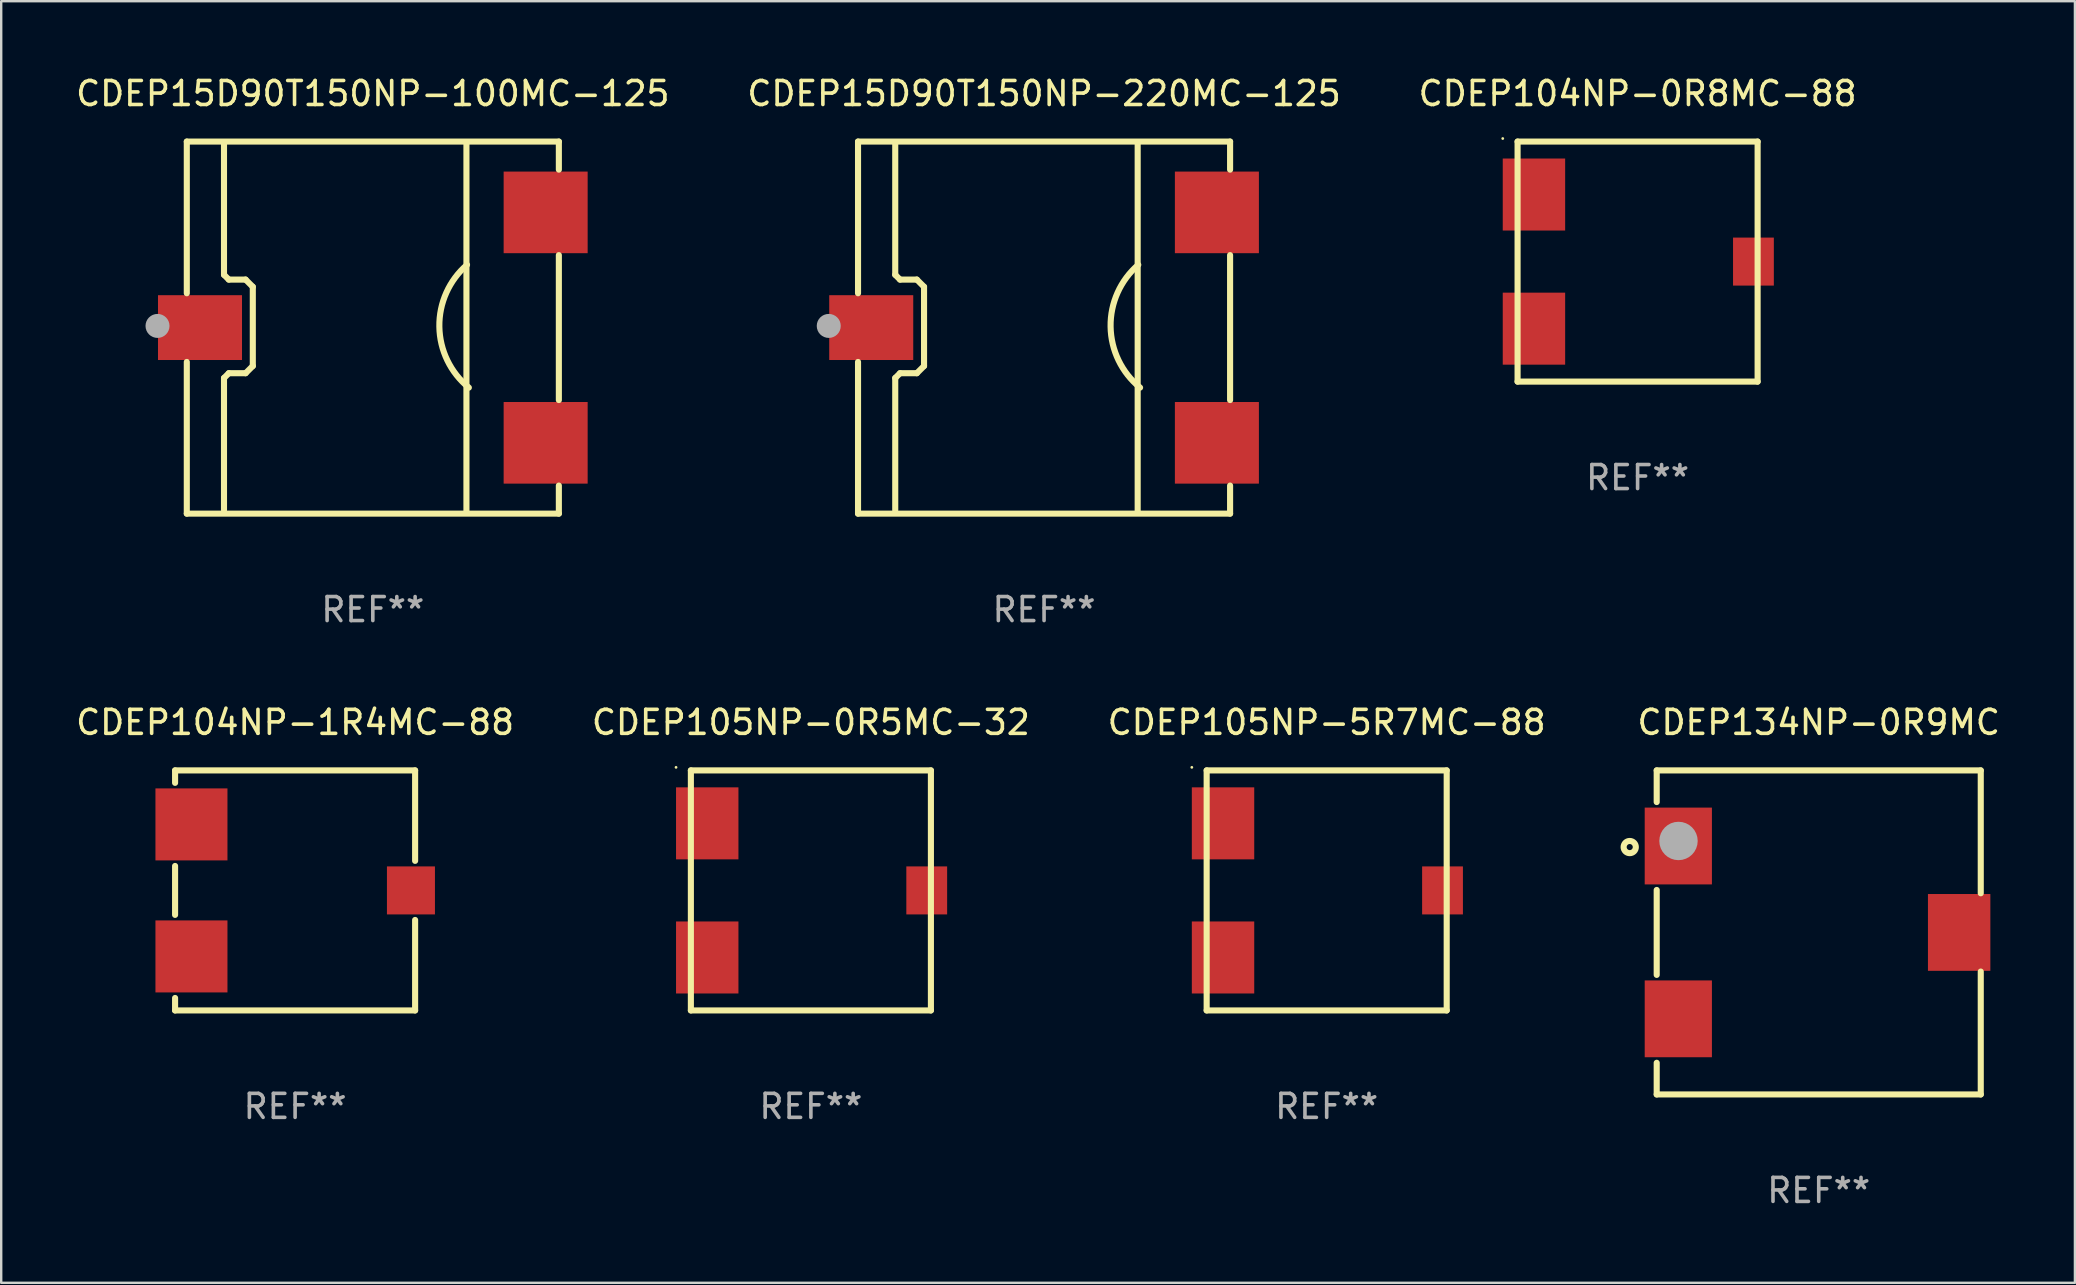
<source format=kicad_pcb>
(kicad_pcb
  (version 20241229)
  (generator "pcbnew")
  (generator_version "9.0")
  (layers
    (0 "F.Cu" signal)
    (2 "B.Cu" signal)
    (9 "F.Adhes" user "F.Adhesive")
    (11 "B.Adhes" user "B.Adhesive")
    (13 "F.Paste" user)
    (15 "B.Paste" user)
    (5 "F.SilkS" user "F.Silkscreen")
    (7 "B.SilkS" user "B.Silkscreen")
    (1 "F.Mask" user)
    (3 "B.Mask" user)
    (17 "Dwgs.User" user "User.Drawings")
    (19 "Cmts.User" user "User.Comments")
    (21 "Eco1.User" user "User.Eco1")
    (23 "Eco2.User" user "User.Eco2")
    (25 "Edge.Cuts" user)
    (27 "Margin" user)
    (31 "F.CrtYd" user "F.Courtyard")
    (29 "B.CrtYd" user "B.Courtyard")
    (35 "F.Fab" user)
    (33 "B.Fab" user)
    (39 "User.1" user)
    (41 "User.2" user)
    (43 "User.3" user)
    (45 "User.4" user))
  (footprint "CDEP105NP-5R7MC-88"
    (layer "F.Cu")
    (at 52.22 34.045)
    (property "Reference" "CDEP105NP-5R7MC-88" (at 0 -7 0) (layer "F.SilkS") (effects (font (size 1 1) (thickness 0.15))))
    (attr through_hole)
    (fp_line (start -5 -5) (end 5 -5) (stroke (width 0.254) (type solid)) (layer "F.SilkS"))
    (fp_line (start -5 5) (end -5 -5) (stroke (width 0.254) (type solid)) (layer "F.SilkS"))
    (fp_line (start -5 5) (end 5 5) (stroke (width 0.254) (type solid)) (layer "F.SilkS"))
    (fp_line (start 5 5) (end 5 -5) (stroke (width 0.254) (type solid)) (layer "F.SilkS"))
    (fp_circle (center -5.618 -5.127) (end -5.588 -5.127) (stroke (width 0.06) (type solid)) (fill no) (layer "F.SilkS"))
    (fp_text user "REF**" (at 0 9 0) (layer "F.Fab") (effects (font (size 1 1) (thickness 0.15))))
    (pad "1" smd rect (at -4.318 -2.794) (size 2.6 3) (layers "F.Cu" "F.Mask" "F.Paste"))
    (pad "2" smd rect (at -4.318 2.794) (size 2.6 3) (layers "F.Cu" "F.Mask" "F.Paste"))
    (pad "3" smd rect (at 4.826 0) (size 1.7 2) (layers "F.Cu" "F.Mask" "F.Paste")))
  (footprint "CDEP15D90T150NP-100MC-125"
    (layer "F.Cu")
    (at 12.482 10.598)
    (property "Reference" "CDEP15D90T150NP-100MC-125" (at 0 -9.75 0) (layer "F.SilkS") (effects (font (size 1 1) (thickness 0.15))))
    (attr through_hole)
    (fp_line (start -7.75 -7.75) (end 7.75 -7.75) (stroke (width 0.254) (type solid)) (layer "F.SilkS"))
    (fp_line (start -7.75 -1.431) (end -7.75 -7.75) (stroke (width 0.254) (type solid)) (layer "F.SilkS"))
    (fp_line (start -7.75 7.75) (end -7.75 1.431) (stroke (width 0.254) (type solid)) (layer "F.SilkS"))
    (fp_line (start -7.75 7.75) (end 7.75 7.75) (stroke (width 0.254) (type solid)) (layer "F.SilkS"))
    (fp_line (start -6.2 -7.7) (end -6.2 -2.2) (stroke (width 0.254) (type solid)) (layer "F.SilkS"))
    (fp_line (start -6.2 -2.2) (end -6 -2) (stroke (width 0.254) (type solid)) (layer "F.SilkS"))
    (fp_line (start -6.2 2.1) (end -6.2 7.6) (stroke (width 0.254) (type solid)) (layer "F.SilkS"))
    (fp_line (start -6 -2) (end -5.3 -2) (stroke (width 0.254) (type solid)) (layer "F.SilkS"))
    (fp_line (start -6 1.9) (end -6.2 2.1) (stroke (width 0.254) (type solid)) (layer "F.SilkS"))
    (fp_line (start -5.3 1.9) (end -6 1.9) (stroke (width 0.254) (type solid)) (layer "F.SilkS"))
    (fp_line (start -5.3 -2) (end -5 -1.7) (stroke (width 0.254) (type solid)) (layer "F.SilkS"))
    (fp_line (start -5 -1.7) (end -5 1.6) (stroke (width 0.254) (type solid)) (layer "F.SilkS"))
    (fp_line (start -5 1.6) (end -5.3 1.9) (stroke (width 0.254) (type solid)) (layer "F.SilkS"))
    (fp_line (start 3.9 -7.7) (end 3.9 7.7) (stroke (width 0.254) (type solid)) (layer "F.SilkS"))
    (fp_line (start 7.75 -6.581) (end 7.75 -7.75) (stroke (width 0.254) (type solid)) (layer "F.SilkS"))
    (fp_line (start 7.75 3.019) (end 7.75 -3.019) (stroke (width 0.254) (type solid)) (layer "F.SilkS"))
    (fp_line (start 7.75 7.75) (end 7.75 6.581) (stroke (width 0.254) (type solid)) (layer "F.SilkS"))
    (fp_arc (start 4 2.5) (mid 2.77164 -0.040746) (end 3.924765 -2.61651) (stroke (width 0.254001) (type solid)) (layer "F.SilkS"))
    (fp_circle (center -7.75 7.75) (end -7.72 7.75) (stroke (width 0.06) (type solid)) (fill no) (layer "F.SilkS"))
    (fp_circle (center -8.97 -0.07) (end -8.72 -0.07) (stroke (width 0.5) (type solid)) (fill no) (layer "F.Fab"))
    (fp_text user "REF**" (at 0 11.75 0) (layer "F.Fab") (effects (font (size 1 1) (thickness 0.15))))
    (pad "1" smd rect (at -7.2 0) (size 3.5 2.7) (layers "F.Cu" "F.Mask" "F.Paste"))
    (pad "2" smd rect (at 7.2 4.8) (size 3.5 3.4) (layers "F.Cu" "F.Mask" "F.Paste"))
    (pad "3" smd rect (at 7.2 -4.8) (size 3.5 3.4) (layers "F.Cu" "F.Mask" "F.Paste")))
  (footprint "CDEP105NP-0R5MC-32"
    (layer "F.Cu")
    (at 30.732 34.045)
    (property "Reference" "CDEP105NP-0R5MC-32" (at 0 -7 0) (layer "F.SilkS") (effects (font (size 1 1) (thickness 0.15))))
    (attr through_hole)
    (fp_line (start -5 -5) (end 5 -5) (stroke (width 0.254) (type solid)) (layer "F.SilkS"))
    (fp_line (start -5 5) (end -5 -5) (stroke (width 0.254) (type solid)) (layer "F.SilkS"))
    (fp_line (start -5 5) (end 5 5) (stroke (width 0.254) (type solid)) (layer "F.SilkS"))
    (fp_line (start 5 5) (end 5 -5) (stroke (width 0.254) (type solid)) (layer "F.SilkS"))
    (fp_circle (center -5.618 -5.127) (end -5.588 -5.127) (stroke (width 0.06) (type solid)) (fill no) (layer "F.SilkS"))
    (fp_text user "REF**" (at 0 9 0) (layer "F.Fab") (effects (font (size 1 1) (thickness 0.15))))
    (pad "1" smd rect (at -4.318 -2.794) (size 2.6 3) (layers "F.Cu" "F.Mask" "F.Paste"))
    (pad "2" smd rect (at -4.318 2.794) (size 2.6 3) (layers "F.Cu" "F.Mask" "F.Paste"))
    (pad "3" smd rect (at 4.826 0) (size 1.7 2) (layers "F.Cu" "F.Mask" "F.Paste")))
  (footprint "CDEP15D90T150NP-220MC-125"
    (layer "F.Cu")
    (at 40.446 10.598)
    (property "Reference" "CDEP15D90T150NP-220MC-125" (at 0 -9.75 0) (layer "F.SilkS") (effects (font (size 1 1) (thickness 0.15))))
    (attr through_hole)
    (fp_line (start -7.75 -7.75) (end 7.75 -7.75) (stroke (width 0.254) (type solid)) (layer "F.SilkS"))
    (fp_line (start -7.75 -1.431) (end -7.75 -7.75) (stroke (width 0.254) (type solid)) (layer "F.SilkS"))
    (fp_line (start -7.75 7.75) (end -7.75 1.431) (stroke (width 0.254) (type solid)) (layer "F.SilkS"))
    (fp_line (start -7.75 7.75) (end 7.75 7.75) (stroke (width 0.254) (type solid)) (layer "F.SilkS"))
    (fp_line (start -6.2 -7.7) (end -6.2 -2.2) (stroke (width 0.254) (type solid)) (layer "F.SilkS"))
    (fp_line (start -6.2 -2.2) (end -6 -2) (stroke (width 0.254) (type solid)) (layer "F.SilkS"))
    (fp_line (start -6.2 2.1) (end -6.2 7.6) (stroke (width 0.254) (type solid)) (layer "F.SilkS"))
    (fp_line (start -6 -2) (end -5.3 -2) (stroke (width 0.254) (type solid)) (layer "F.SilkS"))
    (fp_line (start -6 1.9) (end -6.2 2.1) (stroke (width 0.254) (type solid)) (layer "F.SilkS"))
    (fp_line (start -5.3 1.9) (end -6 1.9) (stroke (width 0.254) (type solid)) (layer "F.SilkS"))
    (fp_line (start -5.3 -2) (end -5 -1.7) (stroke (width 0.254) (type solid)) (layer "F.SilkS"))
    (fp_line (start -5 -1.7) (end -5 1.6) (stroke (width 0.254) (type solid)) (layer "F.SilkS"))
    (fp_line (start -5 1.6) (end -5.3 1.9) (stroke (width 0.254) (type solid)) (layer "F.SilkS"))
    (fp_line (start 3.9 -7.7) (end 3.9 7.7) (stroke (width 0.254) (type solid)) (layer "F.SilkS"))
    (fp_line (start 7.75 -6.581) (end 7.75 -7.75) (stroke (width 0.254) (type solid)) (layer "F.SilkS"))
    (fp_line (start 7.75 3.019) (end 7.75 -3.019) (stroke (width 0.254) (type solid)) (layer "F.SilkS"))
    (fp_line (start 7.75 7.75) (end 7.75 6.581) (stroke (width 0.254) (type solid)) (layer "F.SilkS"))
    (fp_arc (start 4 2.5) (mid 2.77164 -0.040746) (end 3.924765 -2.61651) (stroke (width 0.254001) (type solid)) (layer "F.SilkS"))
    (fp_circle (center -7.75 7.75) (end -7.72 7.75) (stroke (width 0.06) (type solid)) (fill no) (layer "F.SilkS"))
    (fp_circle (center -8.97 -0.07) (end -8.72 -0.07) (stroke (width 0.5) (type solid)) (fill no) (layer "F.Fab"))
    (fp_text user "REF**" (at 0 11.75 0) (layer "F.Fab") (effects (font (size 1 1) (thickness 0.15))))
    (pad "1" smd rect (at -7.2 0) (size 3.5 2.7) (layers "F.Cu" "F.Mask" "F.Paste"))
    (pad "2" smd rect (at 7.2 4.8) (size 3.5 3.4) (layers "F.Cu" "F.Mask" "F.Paste"))
    (pad "3" smd rect (at 7.2 -4.8) (size 3.5 3.4) (layers "F.Cu" "F.Mask" "F.Paste")))
  (footprint "CDEP104NP-1R4MC-88"
    (layer "F.Cu")
    (at 9.244 34.045)
    (property "Reference" "CDEP104NP-1R4MC-88" (at 0 -7 0) (layer "F.SilkS") (effects (font (size 1 1) (thickness 0.15))))
    (attr through_hole)
    (fp_line (start -5 -5) (end -5 -4.481) (stroke (width 0.254) (type solid)) (layer "F.SilkS"))
    (fp_line (start -5 -5) (end 5 -5) (stroke (width 0.254) (type solid)) (layer "F.SilkS"))
    (fp_line (start -5 -1.019) (end -5 1.019) (stroke (width 0.254) (type solid)) (layer "F.SilkS"))
    (fp_line (start -5 4.481) (end -5 5) (stroke (width 0.254) (type solid)) (layer "F.SilkS"))
    (fp_line (start -5 5) (end 5 5) (stroke (width 0.254) (type solid)) (layer "F.SilkS"))
    (fp_line (start 5 -5) (end 5 -1.231) (stroke (width 0.254) (type solid)) (layer "F.SilkS"))
    (fp_line (start 5 1.231) (end 5 5) (stroke (width 0.254) (type solid)) (layer "F.SilkS"))
    (fp_circle (center -4.975 -5) (end -4.945 -5) (stroke (width 0.06) (type solid)) (fill no) (layer "F.SilkS"))
    (fp_text user "REF**" (at 0 9 0) (layer "F.Fab") (effects (font (size 1 1) (thickness 0.15))))
    (pad "1" smd rect (at -4.318 -2.75) (size 3 3) (layers "F.Cu" "F.Mask" "F.Paste"))
    (pad "2" smd rect (at -4.318 2.75) (size 3 3) (layers "F.Cu" "F.Mask" "F.Paste"))
    (pad "3" smd rect (at 4.826 0) (size 2 2) (layers "F.Cu" "F.Mask" "F.Paste")))
  (footprint "CDEP104NP-0R8MC-88"
    (layer "F.Cu")
    (at 65.173 7.848)
    (property "Reference" "CDEP104NP-0R8MC-88" (at 0 -7 0) (layer "F.SilkS") (effects (font (size 1 1) (thickness 0.15))))
    (attr through_hole)
    (fp_line (start -5 -5) (end 5 -5) (stroke (width 0.254) (type solid)) (layer "F.SilkS"))
    (fp_line (start -5 5) (end -5 -5) (stroke (width 0.254) (type solid)) (layer "F.SilkS"))
    (fp_line (start -5 5) (end 5 5) (stroke (width 0.254) (type solid)) (layer "F.SilkS"))
    (fp_line (start 5 5) (end 5 -5) (stroke (width 0.254) (type solid)) (layer "F.SilkS"))
    (fp_circle (center -5.618 -5.127) (end -5.588 -5.127) (stroke (width 0.06) (type solid)) (fill no) (layer "F.SilkS"))
    (fp_text user "REF**" (at 0 9 0) (layer "F.Fab") (effects (font (size 1 1) (thickness 0.15))))
    (pad "1" smd rect (at -4.318 -2.794) (size 2.6 3) (layers "F.Cu" "F.Mask" "F.Paste"))
    (pad "2" smd rect (at -4.318 2.794) (size 2.6 3) (layers "F.Cu" "F.Mask" "F.Paste"))
    (pad "3" smd rect (at 4.826 0) (size 1.7 2) (layers "F.Cu" "F.Mask" "F.Paste")))
  (footprint "CDEP134NP-0R9MC"
    (layer "F.Cu")
    (at 72.719 35.795)
    (property "Reference" "CDEP134NP-0R9MC" (at 0 -8.75 0) (layer "F.SilkS") (effects (font (size 1 1) (thickness 0.15))))
    (attr through_hole)
    (fp_line (start -6.75 -6.75) (end -6.75 -5.431) (stroke (width 0.254) (type solid)) (layer "F.SilkS"))
    (fp_line (start -6.75 -6.75) (end 6.75 -6.75) (stroke (width 0.254) (type solid)) (layer "F.SilkS"))
    (fp_line (start -6.75 -1.769) (end -6.75 1.769) (stroke (width 0.254) (type solid)) (layer "F.SilkS"))
    (fp_line (start -6.75 5.431) (end -6.75 6.75) (stroke (width 0.254) (type solid)) (layer "F.SilkS"))
    (fp_line (start -6.75 6.75) (end 6.75 6.75) (stroke (width 0.254) (type solid)) (layer "F.SilkS"))
    (fp_line (start 6.75 -6.75) (end 6.75 -1.631) (stroke (width 0.254) (type solid)) (layer "F.SilkS"))
    (fp_line (start 6.75 6.75) (end 6.75 1.631) (stroke (width 0.254) (type solid)) (layer "F.SilkS"))
    (fp_circle (center -7.874 -3.556) (end -7.62 -3.556) (stroke (width 0.254) (type solid)) (fill no) (layer "F.SilkS"))
    (fp_circle (center -6.75 -6.75) (end -6.72 -6.75) (stroke (width 0.06) (type solid)) (fill no) (layer "F.SilkS"))
    (fp_circle (center -5.842 -3.81) (end -5.442 -3.81) (stroke (width 0.8) (type solid)) (fill no) (layer "F.Fab"))
    (fp_text user "REF**" (at 0 10.75 0) (layer "F.Fab") (effects (font (size 1 1) (thickness 0.15))))
    (pad "1" smd rect (at -5.85 -3.6) (size 2.8 3.2) (layers "F.Cu" "F.Mask" "F.Paste"))
    (pad "2" smd rect (at -5.85 3.6) (size 2.8 3.2) (layers "F.Cu" "F.Mask" "F.Paste"))
    (pad "3" smd rect (at 5.85 0) (size 2.6 3.2) (layers "F.Cu" "F.Mask" "F.Paste")))
  (gr_rect
    (start -3 -3)
    (end 83.392 50.393)
    (stroke (width 0.1) (type default))
    (fill no)
    (layer "Edge.Cuts")))
</source>
